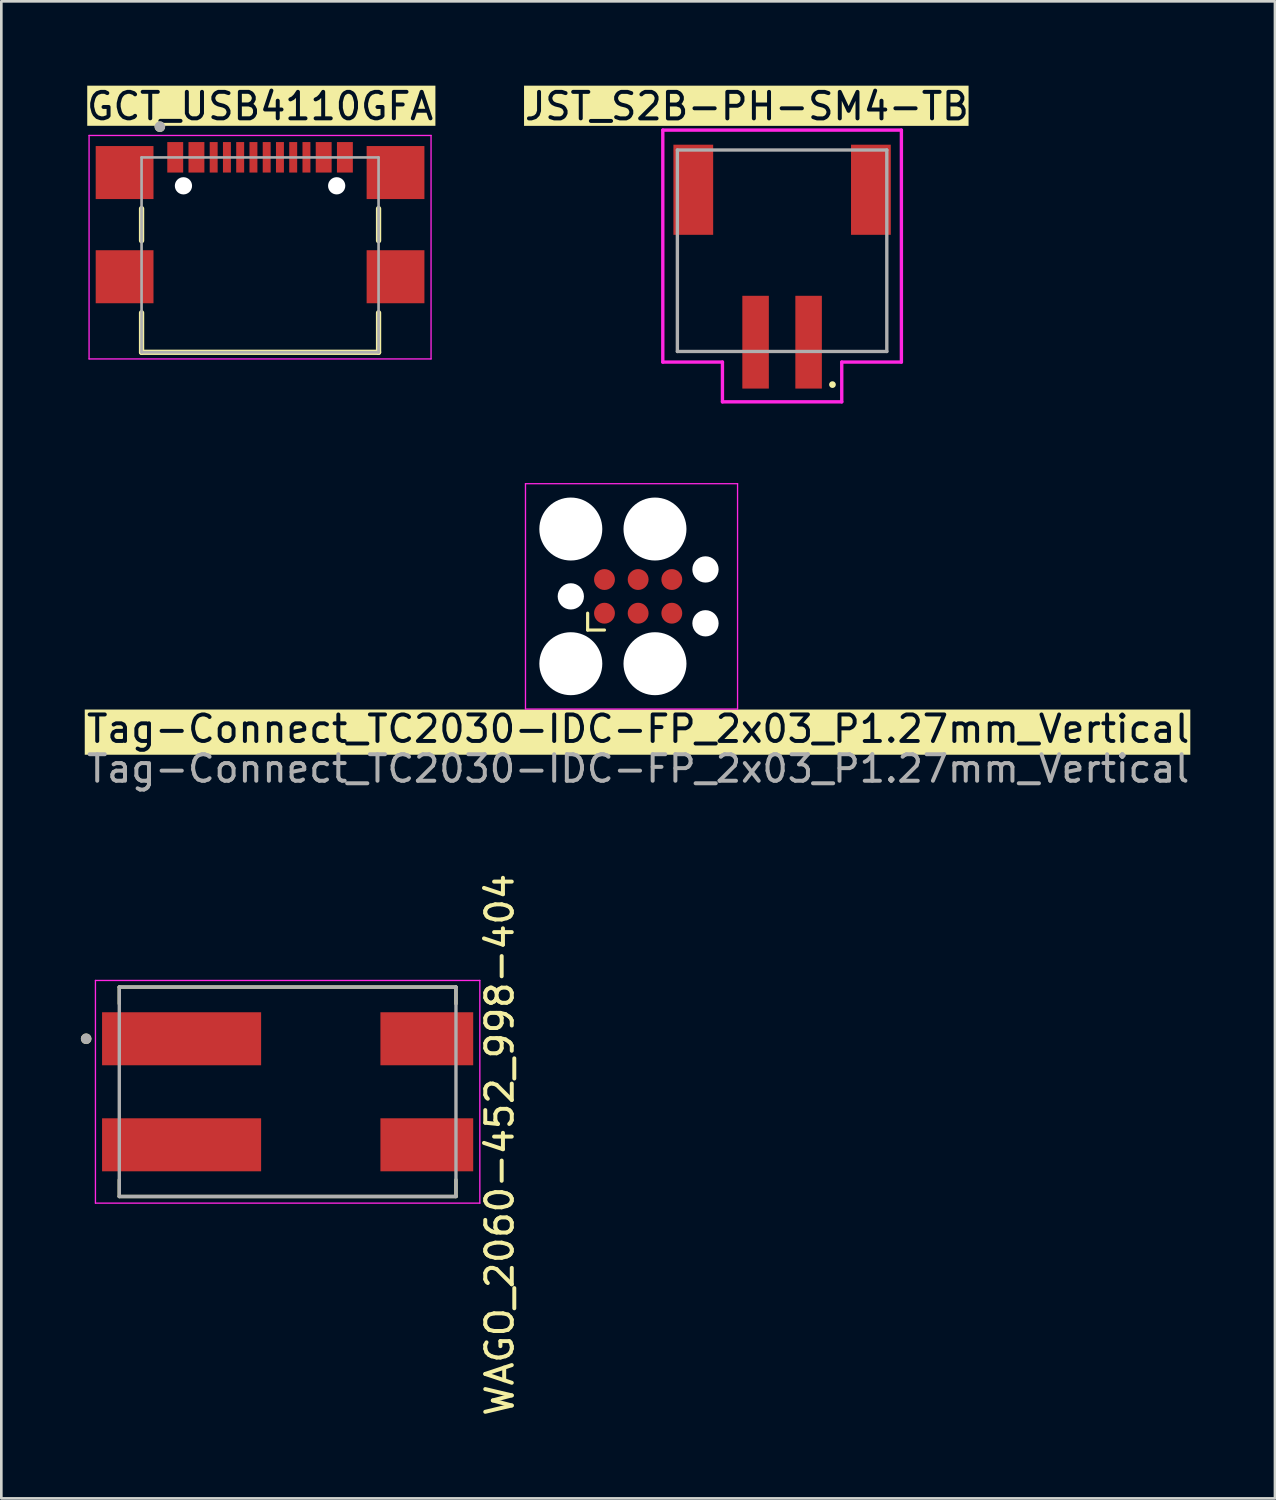
<source format=kicad_pcb>
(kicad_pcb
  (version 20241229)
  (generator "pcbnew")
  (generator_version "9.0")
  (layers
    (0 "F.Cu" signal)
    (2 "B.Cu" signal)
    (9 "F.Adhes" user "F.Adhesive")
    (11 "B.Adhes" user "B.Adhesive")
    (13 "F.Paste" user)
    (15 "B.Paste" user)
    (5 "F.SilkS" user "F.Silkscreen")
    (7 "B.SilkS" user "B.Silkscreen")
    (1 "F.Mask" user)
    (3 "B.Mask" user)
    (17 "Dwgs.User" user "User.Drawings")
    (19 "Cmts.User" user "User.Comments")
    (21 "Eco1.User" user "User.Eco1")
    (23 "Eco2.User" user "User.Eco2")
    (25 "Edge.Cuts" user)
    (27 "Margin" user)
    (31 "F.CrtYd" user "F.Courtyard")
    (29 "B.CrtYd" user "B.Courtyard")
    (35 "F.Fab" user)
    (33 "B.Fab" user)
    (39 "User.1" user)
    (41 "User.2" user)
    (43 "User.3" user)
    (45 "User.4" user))
  (footprint "GCT_USB4110GFA"
    (layer "F.Cu")
    (at 6.76 3.959)
    (property "Reference" "GCT_USB4110GFA" (at 0 -3 0) (layer "F.SilkS" knockout) (effects (font (size 1 1) (thickness 0.15))))
    (attr smd)
    (fp_line (start -4.47 0.86) (end -4.47 2.07) (stroke (width 0.2) (type solid)) (layer "F.SilkS"))
    (fp_line (start -4.47 4.79) (end -4.47 6.28) (stroke (width 0.2) (type solid)) (layer "F.SilkS"))
    (fp_line (start -4.47 6.28) (end 4.47 6.28) (stroke (width 0.2) (type solid)) (layer "F.SilkS"))
    (fp_line (start 4.47 0.86) (end 4.47 2.07) (stroke (width 0.2) (type solid)) (layer "F.SilkS"))
    (fp_line (start 4.47 6.28) (end 4.47 4.79) (stroke (width 0.2) (type solid)) (layer "F.SilkS"))
    (fp_circle (center -3.78 -2.23) (end -3.68 -2.23) (stroke (width 0.2) (type solid)) (fill no) (layer "F.SilkS"))
    (fp_line (start -6.45 -1.9) (end 6.45 -1.9) (stroke (width 0.05) (type solid)) (layer "F.CrtYd"))
    (fp_line (start -6.45 6.53) (end -6.45 -1.9) (stroke (width 0.05) (type solid)) (layer "F.CrtYd"))
    (fp_line (start 6.45 -1.9) (end 6.45 6.53) (stroke (width 0.05) (type solid)) (layer "F.CrtYd"))
    (fp_line (start 6.45 6.53) (end -6.45 6.53) (stroke (width 0.05) (type solid)) (layer "F.CrtYd"))
    (fp_line (start -4.47 -1.07) (end -4.47 6.28) (stroke (width 0.1) (type solid)) (layer "F.Fab"))
    (fp_line (start -4.47 6.28) (end 4.47 6.28) (stroke (width 0.1) (type solid)) (layer "F.Fab"))
    (fp_line (start 4.47 -1.07) (end -4.47 -1.07) (stroke (width 0.1) (type solid)) (layer "F.Fab"))
    (fp_line (start 4.47 6.28) (end 4.47 -1.07) (stroke (width 0.1) (type solid)) (layer "F.Fab"))
    (fp_circle (center -3.78 -2.23) (end -3.68 -2.23) (stroke (width 0.2) (type solid)) (fill no) (layer "F.Fab"))
    (pad "" np_thru_hole circle (at -2.89 0) (size 0.65 0.65) (drill 0.65) (layers "*.Cu" "*.Mask"))
    (pad "" np_thru_hole circle (at 2.89 0) (size 0.65 0.65) (drill 0.65) (layers "*.Cu" "*.Mask"))
    (pad "A1/B12" smd rect (at -3.2 -1.075) (size 0.6 1.15) (layers "F.Cu" "F.Mask" "F.Paste"))
    (pad "A4/B9" smd rect (at -2.4 -1.075) (size 0.6 1.15) (layers "F.Cu" "F.Mask" "F.Paste"))
    (pad "A5" smd rect (at -1.25 -1.075) (size 0.3 1.15) (layers "F.Cu" "F.Mask" "F.Paste"))
    (pad "A6" smd rect (at -0.25 -1.075) (size 0.3 1.15) (layers "F.Cu" "F.Mask" "F.Paste"))
    (pad "A7" smd rect (at 0.25 -1.075) (size 0.3 1.15) (layers "F.Cu" "F.Mask" "F.Paste"))
    (pad "A8" smd rect (at 1.25 -1.075) (size 0.3 1.15) (layers "F.Cu" "F.Mask" "F.Paste"))
    (pad "B1/A12" smd rect (at 3.2 -1.075) (size 0.6 1.15) (layers "F.Cu" "F.Mask" "F.Paste"))
    (pad "B4/A9" smd rect (at 2.4 -1.075) (size 0.6 1.15) (layers "F.Cu" "F.Mask" "F.Paste"))
    (pad "B5" smd rect (at 1.75 -1.075) (size 0.3 1.15) (layers "F.Cu" "F.Mask" "F.Paste"))
    (pad "B6" smd rect (at 0.75 -1.075) (size 0.3 1.15) (layers "F.Cu" "F.Mask" "F.Paste"))
    (pad "B7" smd rect (at -0.75 -1.075) (size 0.3 1.15) (layers "F.Cu" "F.Mask" "F.Paste"))
    (pad "B8" smd rect (at -1.75 -1.075) (size 0.3 1.15) (layers "F.Cu" "F.Mask" "F.Paste"))
    (pad "S1" smd rect (at -5.11 -0.5) (size 2.18 2) (layers "F.Cu" "F.Mask" "F.Paste"))
    (pad "S2" smd rect (at 5.11 -0.5) (size 2.18 2) (layers "F.Cu" "F.Mask" "F.Paste"))
    (pad "S3" smd rect (at -5.11 3.43) (size 2.18 2) (layers "F.Cu" "F.Mask" "F.Paste"))
    (pad "S4" smd rect (at 5.11 3.43) (size 2.18 2) (layers "F.Cu" "F.Mask" "F.Paste")))
  (footprint "WAGO_2060-452_998-404"
    (layer "F.Cu")
    (at 7.8 38.134)
    (property "Reference" "WAGO_2060-452_998-404" (at 8 2 90) (layer "F.SilkS") (effects (font (size 1 1) (thickness 0.15))))
    (attr smd)
    (fp_line (start -6.35 -3.95) (end -6.35 -3.32) (stroke (width 0.127) (type solid)) (layer "F.SilkS"))
    (fp_line (start -6.35 3.95) (end -6.35 3.32) (stroke (width 0.127) (type solid)) (layer "F.SilkS"))
    (fp_line (start -6.35 3.95) (end 6.35 3.95) (stroke (width 0.127) (type solid)) (layer "F.SilkS"))
    (fp_line (start 6.35 -3.95) (end -6.35 -3.95) (stroke (width 0.127) (type solid)) (layer "F.SilkS"))
    (fp_line (start 6.35 -3.32) (end 6.35 -3.95) (stroke (width 0.127) (type solid)) (layer "F.SilkS"))
    (fp_line (start 6.35 3.95) (end 6.35 3.32) (stroke (width 0.127) (type solid)) (layer "F.SilkS"))
    (fp_circle (center -7.6 -2) (end -7.5 -2) (stroke (width 0.2) (type solid)) (fill no) (layer "F.SilkS"))
    (fp_line (start -7.25 -4.2) (end -7.25 4.2) (stroke (width 0.05) (type solid)) (layer "F.CrtYd"))
    (fp_line (start -7.25 4.2) (end 7.25 4.2) (stroke (width 0.05) (type solid)) (layer "F.CrtYd"))
    (fp_line (start 7.25 -4.2) (end -7.25 -4.2) (stroke (width 0.05) (type solid)) (layer "F.CrtYd"))
    (fp_line (start 7.25 4.2) (end 7.25 -4.2) (stroke (width 0.05) (type solid)) (layer "F.CrtYd"))
    (fp_line (start -6.35 -3.95) (end -6.35 3.95) (stroke (width 0.127) (type solid)) (layer "F.Fab"))
    (fp_line (start -6.35 3.95) (end 6.35 3.95) (stroke (width 0.127) (type solid)) (layer "F.Fab"))
    (fp_line (start 6.35 -3.95) (end -6.35 -3.95) (stroke (width 0.127) (type solid)) (layer "F.Fab"))
    (fp_line (start 6.35 3.95) (end 6.35 -3.95) (stroke (width 0.127) (type solid)) (layer "F.Fab"))
    (fp_circle (center -7.6 -2) (end -7.5 -2) (stroke (width 0.2) (type solid)) (fill no) (layer "F.Fab"))
    (pad "1_1" smd rect (at -4 -2) (size 6 2) (layers "F.Cu" "F.Mask" "F.Paste"))
    (pad "1_2" smd rect (at 5.25 -2) (size 3.5 2) (layers "F.Cu" "F.Mask" "F.Paste"))
    (pad "2_1" smd rect (at -4 2) (size 6 2) (layers "F.Cu" "F.Mask" "F.Paste"))
    (pad "2_2" smd rect (at 5.25 2) (size 3.5 2) (layers "F.Cu" "F.Mask" "F.Paste")))
  (footprint "Tag-Connect_TC2030-IDC-FP_2x03_P1.27mm_Vertical"
    (layer "F.Cu")
    (at 21.022 19.446)
    (property "Reference" "Tag-Connect_TC2030-IDC-FP_2x03_P1.27mm_Vertical" (at 0 5 0) (layer "F.SilkS" knockout) (effects (font (size 1 1) (thickness 0.15))))
    (attr exclude_from_pos_files exclude_from_bom)
    (fp_line (start -1.905 1.27) (end -1.905 0.635) (stroke (width 0.12) (type solid)) (layer "F.SilkS"))
    (fp_line (start -1.27 1.27) (end -1.905 1.27) (stroke (width 0.12) (type solid)) (layer "F.SilkS"))
    (fp_line (start -4.25 -4.25) (end 3.75 -4.25) (stroke (width 0.05) (type solid)) (layer "F.CrtYd"))
    (fp_line (start -4.25 4.25) (end -4.25 -4.25) (stroke (width 0.05) (type solid)) (layer "F.CrtYd"))
    (fp_line (start 3.75 -4.25) (end 3.75 4.25) (stroke (width 0.05) (type solid)) (layer "F.CrtYd"))
    (fp_line (start 3.75 4.25) (end -4.25 4.25) (stroke (width 0.05) (type solid)) (layer "F.CrtYd"))
    (fp_text user "${REFERENCE}" (at 0 6.5 0) (layer "F.Fab") (effects (font (size 1 1) (thickness 0.15))))
    (pad "" np_thru_hole circle (at -2.54 -2.54) (size 2.375 2.375) (drill 2.375) (layers "*.Cu" "*.Mask"))
    (pad "" np_thru_hole circle (at -2.54 0) (size 0.991 0.991) (drill 0.991) (layers "*.Cu" "*.Mask"))
    (pad "" np_thru_hole circle (at -2.54 2.54) (size 2.375 2.375) (drill 2.375) (layers "*.Cu" "*.Mask"))
    (pad "" np_thru_hole circle (at 0.635 -2.54) (size 2.375 2.375) (drill 2.375) (layers "*.Cu" "*.Mask"))
    (pad "" np_thru_hole circle (at 0.635 2.54) (size 2.375 2.375) (drill 2.375) (layers "*.Cu" "*.Mask"))
    (pad "" np_thru_hole circle (at 2.54 -1.016) (size 0.991 0.991) (drill 0.991) (layers "*.Cu" "*.Mask"))
    (pad "" np_thru_hole circle (at 2.54 1.016) (size 0.991 0.991) (drill 0.991) (layers "*.Cu" "*.Mask"))
    (pad "1" connect circle (at -1.27 0.635) (size 0.787 0.787) (layers "F.Cu" "F.Mask"))
    (pad "2" connect circle (at -1.27 -0.635) (size 0.787 0.787) (layers "F.Cu" "F.Mask"))
    (pad "3" connect circle (at 0 0.635) (size 0.787 0.787) (layers "F.Cu" "F.Mask"))
    (pad "4" connect circle (at 0 -0.635) (size 0.787 0.787) (layers "F.Cu" "F.Mask"))
    (pad "5" connect circle (at 1.27 0.635) (size 0.787 0.787) (layers "F.Cu" "F.Mask"))
    (pad "6" connect circle (at 1.27 -0.635) (size 0.787 0.787) (layers "F.Cu" "F.Mask"))
    (zone (net_name "") (layer "F.Cu") (hatch full 0.508) (connect_pads) (min_thickness 0.254) (filled_areas_thickness no) (keepout (tracks allowed) (vias not_allowed) (pads allowed) (copperpour not_allowed) (footprints not_allowed)) (placement (enabled no)) (fill) (polygon (pts (xy 22.292 18.811) (xy 19.752 18.811) (xy 19.752 20.081) (xy 22.292 20.081)))))
  (footprint "JST_S2B-PH-SM4-TB"
    (layer "F.Cu")
    (at 26.452 9.858)
    (property "Reference" "JST_S2B-PH-SM4-TB" (at -1.327 -8.897 0) (layer "F.SilkS" knockout) (effects (font (size 1.001 1.001) (thickness 0.15))))
    (attr smd)
    (fp_circle (center 1.9 1.6) (end 2.027 1.6) (stroke (width 0) (type solid)) (fill yes) (layer "F.SilkS"))
    (fp_line (start -4.5 -8) (end 4.5 -8) (stroke (width 0.127) (type solid)) (layer "F.CrtYd"))
    (fp_line (start -4.5 0.75) (end -4.5 -8) (stroke (width 0.127) (type solid)) (layer "F.CrtYd"))
    (fp_line (start -2.25 0.75) (end -4.5 0.75) (stroke (width 0.127) (type solid)) (layer "F.CrtYd"))
    (fp_line (start -2.25 2.25) (end -2.25 0.75) (stroke (width 0.127) (type solid)) (layer "F.CrtYd"))
    (fp_line (start 2.25 0.75) (end 2.25 2.25) (stroke (width 0.127) (type solid)) (layer "F.CrtYd"))
    (fp_line (start 2.25 2.25) (end -2.25 2.25) (stroke (width 0.127) (type solid)) (layer "F.CrtYd"))
    (fp_line (start 4.5 -8) (end 4.5 0.75) (stroke (width 0.127) (type solid)) (layer "F.CrtYd"))
    (fp_line (start 4.5 0.75) (end 2.25 0.75) (stroke (width 0.127) (type solid)) (layer "F.CrtYd"))
    (fp_line (start -3.95 -7.25) (end -3.95 0.35) (stroke (width 0.127) (type solid)) (layer "F.Fab"))
    (fp_line (start -3.95 0.35) (end 3.95 0.35) (stroke (width 0.127) (type solid)) (layer "F.Fab"))
    (fp_line (start 3.95 -7.25) (end -3.95 -7.25) (stroke (width 0.127) (type solid)) (layer "F.Fab"))
    (fp_line (start 3.95 0.35) (end 3.95 -7.25) (stroke (width 0.127) (type solid)) (layer "F.Fab"))
    (pad "1" smd rect (at 1 0) (size 1 3.5) (layers "F.Cu" "F.Mask" "F.Paste"))
    (pad "2" smd rect (at -1 0) (size 1 3.5) (layers "F.Cu" "F.Mask" "F.Paste"))
    (pad "3" smd rect (at -3.35 -5.75) (size 1.5 3.4) (layers "F.Cu" "F.Mask" "F.Paste"))
    (pad "4" smd rect (at 3.35 -5.75) (size 1.5 3.4) (layers "F.Cu" "F.Mask" "F.Paste")))
  (gr_rect
    (start -3 -3)
    (end 45.044 53.473)
    (stroke (width 0.1) (type default))
    (fill no)
    (layer "Edge.Cuts")))
</source>
